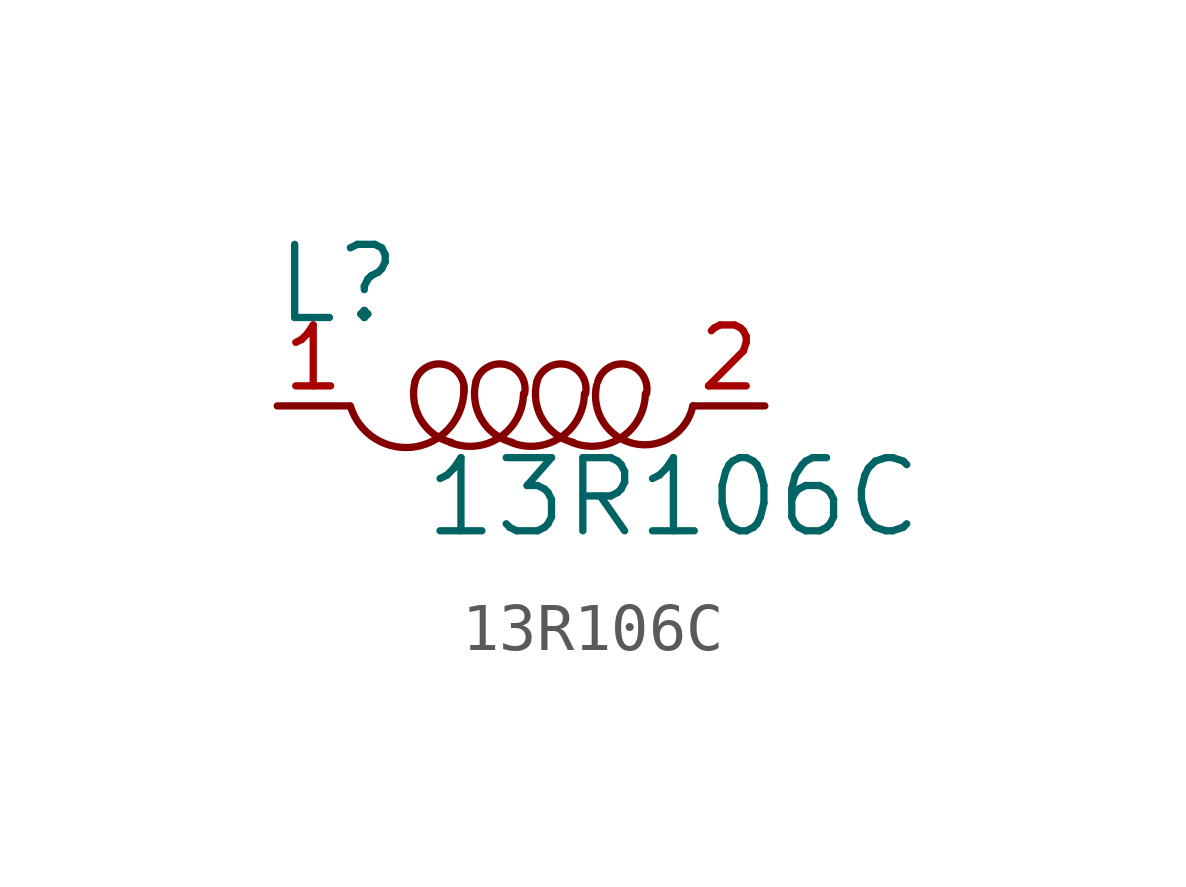
<source format=kicad_sym>
(kicad_symbol_lib
  (version 20211014)
  (generator kicad_symbol_editor)
  (symbol "13R106C"
    (pin_names
      (offset 1.016))
    (property "Reference" "L"
      (at -3.81 2.54 0)
      (effects (font (size 1.524 1.524))))
    (property "Value" "13R106C"
      (at 3.175 -1.905 0)
      (effects (font (size 1.524 1.524))))
    (symbol "13R106C_0_1"
      (arc (start -3.556 0) (mid -2.1694 -0.8461) (end -1.1938 0.4318) (stroke (width 0) (type default) (color 0 0 0 0)) (fill (type none)))
      (arc (start -2.2098 0.508) (mid -2.0918 -0.2848) (end -1.4478 -0.762) (stroke (width 0) (type default) (color 0 0 0 0)) (fill (type none)))
      (arc (start -1.4732 -0.762) (mid -0.4347 -0.6489) (end 0.0508 0.254) (stroke (width 0) (type default) (color 0 0 0 0)) (fill (type none)))
      (arc (start -1.1938 0.254) (mid -1.5764 0.8583) (end -2.2098 0.508) (stroke (width 0) (type default) (color 0 0 0 0)) (fill (type none)))
      (arc (start -0.9398 0.508) (mid -0.8218 -0.2848) (end -0.1778 -0.762) (stroke (width 0) (type default) (color 0 0 0 0)) (fill (type none)))
      (arc (start -0.2032 -0.762) (mid 0.8353 -0.6489) (end 1.3208 0.254) (stroke (width 0) (type default) (color 0 0 0 0)) (fill (type none)))
      (arc (start 0.0762 0.254) (mid -0.3064 0.8583) (end -0.9398 0.508) (stroke (width 0) (type default) (color 0 0 0 0)) (fill (type none)))
      (arc (start 0.3302 0.508) (mid 0.4482 -0.2848) (end 1.0922 -0.762) (stroke (width 0) (type default) (color 0 0 0 0)) (fill (type none)))
      (arc (start 1.0668 -0.762) (mid 2.1053 -0.6489) (end 2.5908 0.254) (stroke (width 0) (type default) (color 0 0 0 0)) (fill (type none)))
      (arc (start 1.3462 0.254) (mid 0.9636 0.8583) (end 0.3302 0.508) (stroke (width 0) (type default) (color 0 0 0 0)) (fill (type none)))
      (arc (start 1.5748 0.4318) (mid 2.3727 -0.7843) (end 3.5814 0) (stroke (width 0) (type default) (color 0 0 0 0)) (fill (type none)))
      (arc (start 2.6162 0.254) (mid 2.2336 0.8583) (end 1.6002 0.508) (stroke (width 0) (type default) (color 0 0 0 0)) (fill (type none))))
    (symbol "13R106C_1_1"
      (pin passive line (at -5.08 0 0) (length 1.499) (name "~" (effects (font (size 1.27 1.27)))) (number "1" (effects (font (size 1.27 1.27)))))
      (pin passive line (at 5.08 0 180) (length 1.499) (name "~" (effects (font (size 1.27 1.27)))) (number "2" (effects (font (size 1.27 1.27))))))))
</source>
